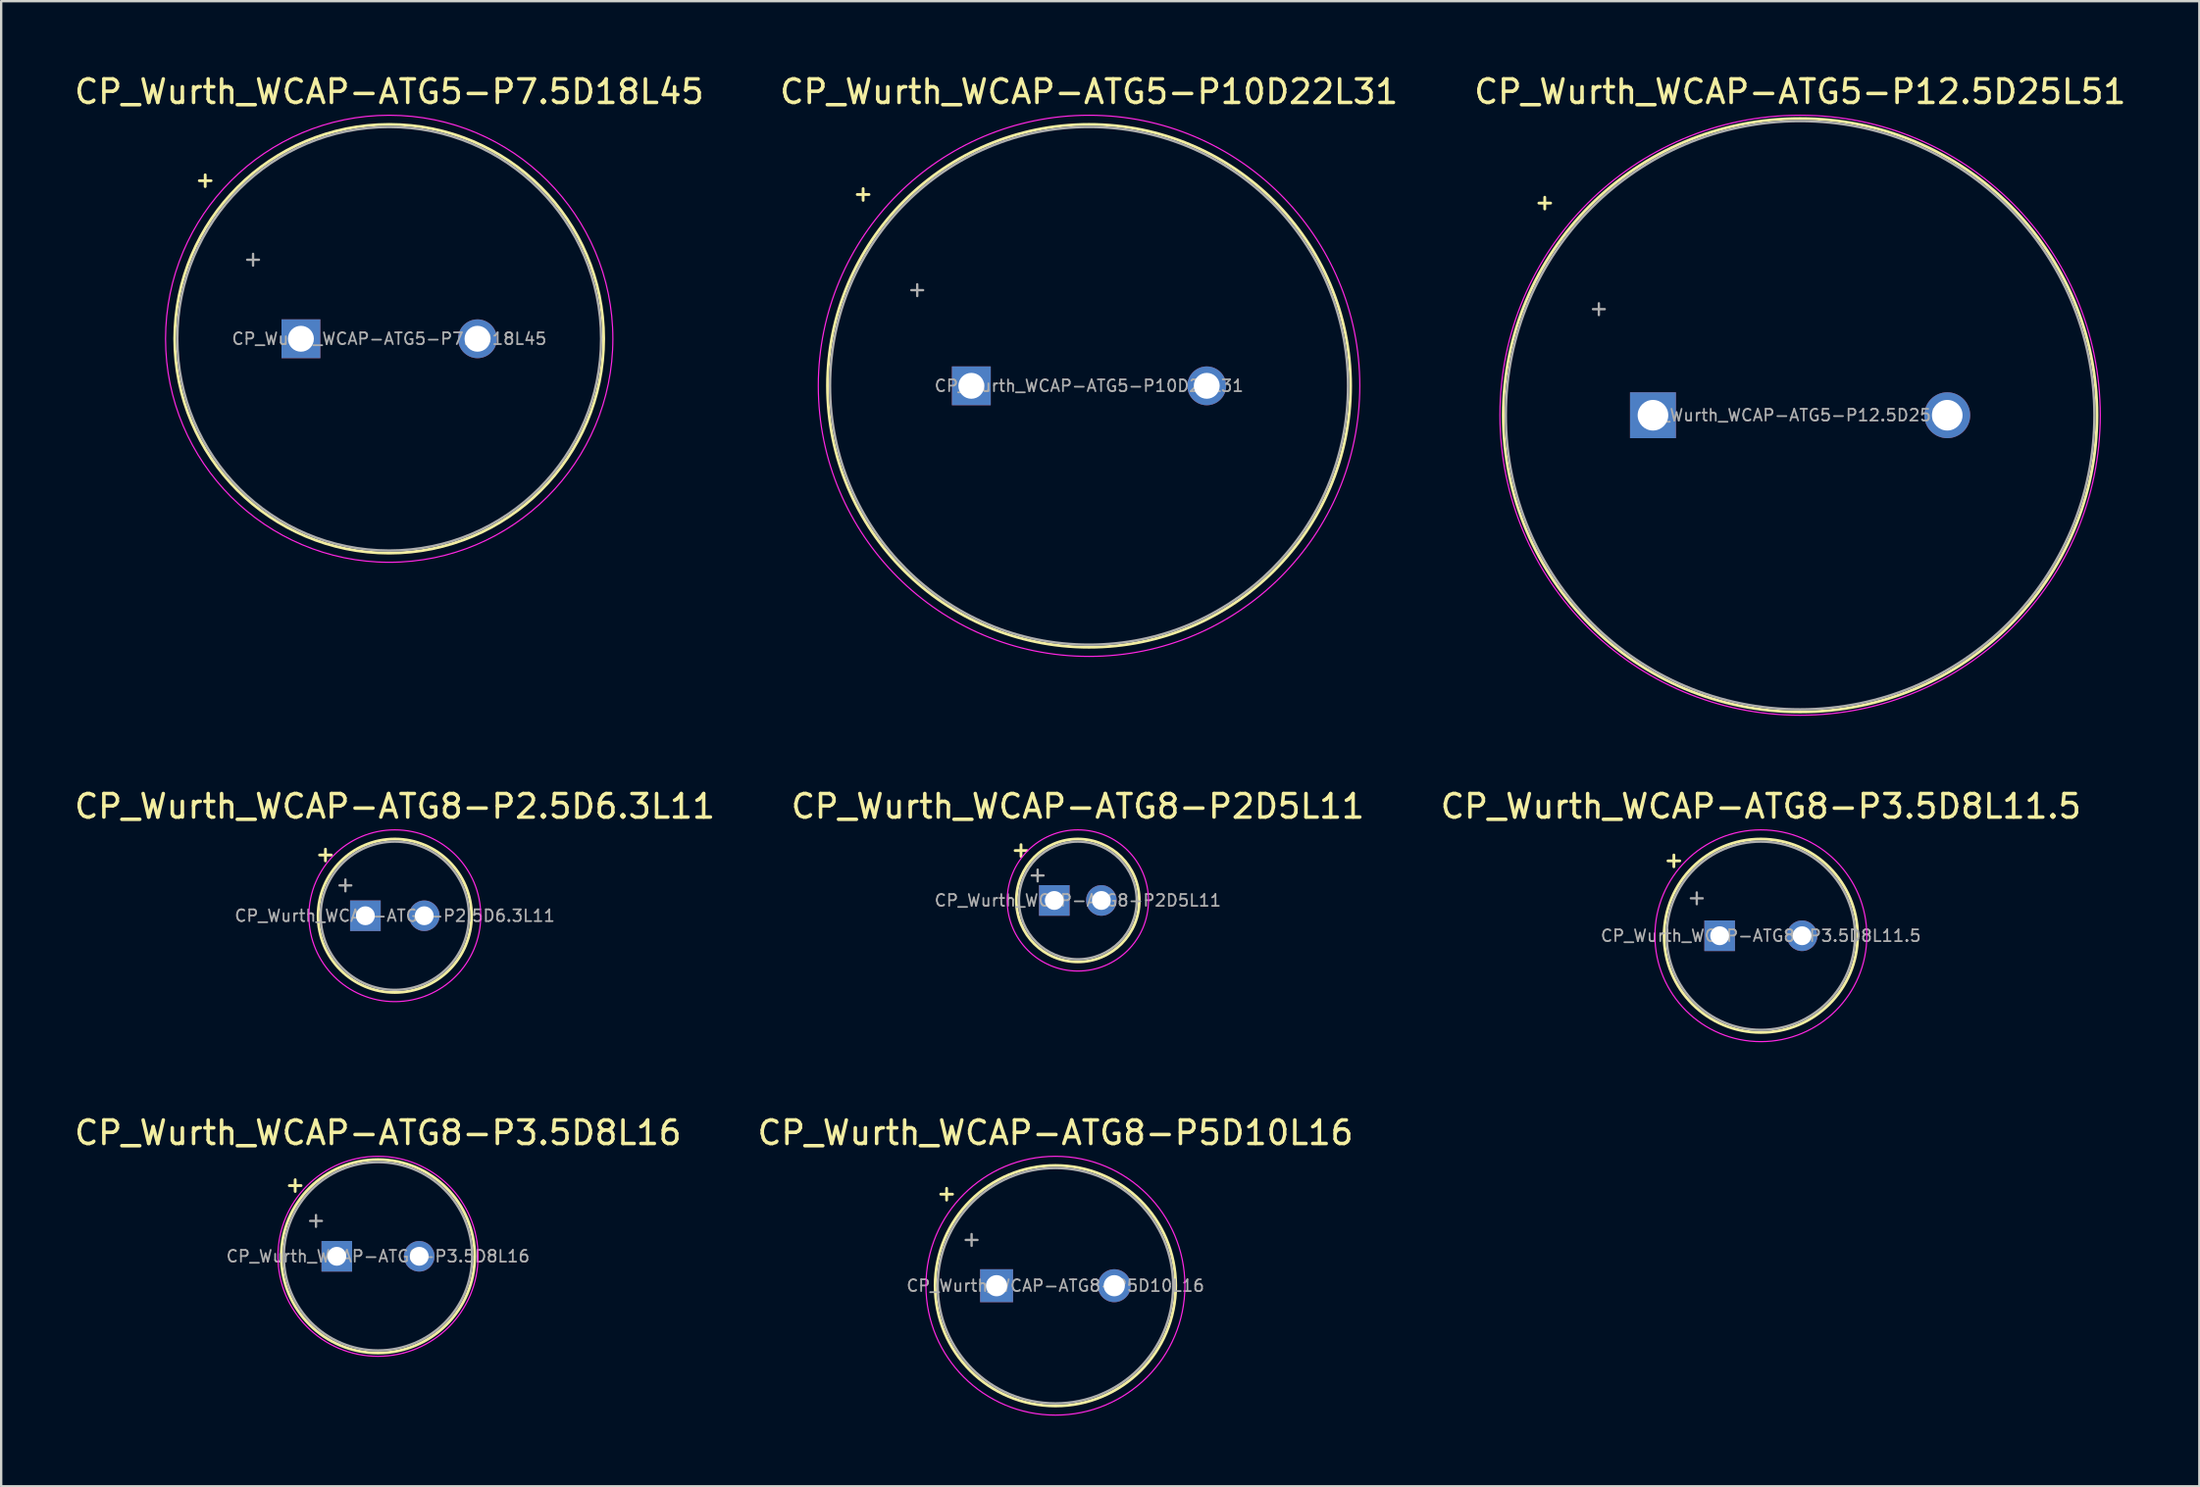
<source format=kicad_pcb>
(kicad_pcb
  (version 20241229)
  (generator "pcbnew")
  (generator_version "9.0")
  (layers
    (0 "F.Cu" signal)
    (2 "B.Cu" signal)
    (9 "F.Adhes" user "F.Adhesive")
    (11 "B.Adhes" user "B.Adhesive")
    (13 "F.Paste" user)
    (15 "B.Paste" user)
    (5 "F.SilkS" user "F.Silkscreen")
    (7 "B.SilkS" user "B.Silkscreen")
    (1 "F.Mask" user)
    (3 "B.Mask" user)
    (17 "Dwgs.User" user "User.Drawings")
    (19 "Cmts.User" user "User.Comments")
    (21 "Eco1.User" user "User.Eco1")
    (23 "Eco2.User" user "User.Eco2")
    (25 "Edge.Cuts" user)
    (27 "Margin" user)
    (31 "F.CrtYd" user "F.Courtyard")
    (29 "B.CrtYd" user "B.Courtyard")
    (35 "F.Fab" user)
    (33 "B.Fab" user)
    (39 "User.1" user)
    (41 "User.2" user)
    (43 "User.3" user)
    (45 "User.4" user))
  (footprint "CP_Wurth_WCAP-ATG8-P2.5D6.3L11"
    (layer "F.Cu")
    (at 12.47 35.871)
    (property "Reference" "CP_Wurth_WCAP-ATG8-P2.5D6.3L11" (at 1.25 -4.65 0) (unlocked yes) (layer "F.SilkS") (effects (font (size 1 1) (thickness 0.15))))
    (attr through_hole)
    (fp_line (start -1.947 -2.581) (end -1.447 -2.581) (stroke (width 0.12) (type solid)) (layer "F.SilkS"))
    (fp_line (start -1.697 -2.331) (end -1.697 -2.831) (stroke (width 0.12) (type solid)) (layer "F.SilkS"))
    (fp_circle (center 1.25 0) (end 4.51 0) (stroke (width 0.12) (type solid)) (fill no) (layer "F.SilkS"))
    (fp_circle (center 1.25 0) (end 4.9 0) (stroke (width 0.05) (type solid)) (fill no) (layer "F.CrtYd"))
    (fp_line (start -1.099 -1.29) (end -0.599 -1.29) (stroke (width 0.1) (type default)) (layer "F.Fab"))
    (fp_line (start -0.849 -1.04) (end -0.849 -1.54) (stroke (width 0.1) (type default)) (layer "F.Fab"))
    (fp_circle (center 1.25 0) (end 4.4 0) (stroke (width 0.1) (type solid)) (fill no) (layer "F.Fab"))
    (fp_text user "${REFERENCE}" (at 1.25 0 0) (unlocked yes) (layer "F.Fab") (effects (font (size 0.5 0.5) (thickness 0.075))))
    (pad "1" thru_hole rect (at 0 0) (size 1.3 1.3) (drill 0.8) (layers "*.Cu" "*.Mask"))
    (pad "2" thru_hole circle (at 2.5 0) (size 1.3 1.3) (drill 0.8) (layers "*.Cu" "*.Mask")))
  (footprint "CP_Wurth_WCAP-ATG8-P3.5D8L16"
    (layer "F.Cu")
    (at 11.256 50.345)
    (property "Reference" "CP_Wurth_WCAP-ATG8-P3.5D8L16" (at 1.75 -5.25 0) (unlocked yes) (layer "F.SilkS") (effects (font (size 1 1) (thickness 0.15))))
    (attr through_hole)
    (fp_line (start -2.018 -3.005) (end -1.518 -3.005) (stroke (width 0.12) (type solid)) (layer "F.SilkS"))
    (fp_line (start -1.768 -2.755) (end -1.768 -3.255) (stroke (width 0.12) (type solid)) (layer "F.SilkS"))
    (fp_circle (center 1.75 0) (end 5.86 0) (stroke (width 0.12) (type solid)) (fill no) (layer "F.SilkS"))
    (fp_circle (center 1.75 0) (end 6 0) (stroke (width 0.05) (type solid)) (fill no) (layer "F.CrtYd"))
    (fp_line (start -1.134 -1.503) (end -0.634 -1.503) (stroke (width 0.1) (type default)) (layer "F.Fab"))
    (fp_line (start -0.884 -1.253) (end -0.884 -1.753) (stroke (width 0.1) (type default)) (layer "F.Fab"))
    (fp_circle (center 1.75 0) (end 5.75 0) (stroke (width 0.1) (type solid)) (fill no) (layer "F.Fab"))
    (fp_text user "${REFERENCE}" (at 1.75 0 0) (unlocked yes) (layer "F.Fab") (effects (font (size 0.5 0.5) (thickness 0.075))))
    (pad "1" thru_hole rect (at 0 0) (size 1.3 1.3) (drill 0.8) (layers "*.Cu" "*.Mask"))
    (pad "2" thru_hole circle (at 3.5 0) (size 1.3 1.3) (drill 0.8) (layers "*.Cu" "*.Mask")))
  (footprint "CP_Wurth_WCAP-ATG8-P2D5L11"
    (layer "F.Cu")
    (at 41.732 35.221)
    (property "Reference" "CP_Wurth_WCAP-ATG8-P2D5L11" (at 1 -4 0) (unlocked yes) (layer "F.SilkS") (effects (font (size 1 1) (thickness 0.15))))
    (attr through_hole)
    (fp_line (start -1.664 -2.121) (end -1.164 -2.121) (stroke (width 0.12) (type solid)) (layer "F.SilkS"))
    (fp_line (start -1.414 -1.871) (end -1.414 -2.371) (stroke (width 0.12) (type solid)) (layer "F.SilkS"))
    (fp_circle (center 1 0) (end 3.61 0) (stroke (width 0.12) (type solid)) (fill no) (layer "F.SilkS"))
    (fp_circle (center 1 0) (end 4 0) (stroke (width 0.05) (type solid)) (fill no) (layer "F.CrtYd"))
    (fp_line (start -0.957 -1.061) (end -0.457 -1.061) (stroke (width 0.1) (type default)) (layer "F.Fab"))
    (fp_line (start -0.707 -0.811) (end -0.707 -1.311) (stroke (width 0.1) (type default)) (layer "F.Fab"))
    (fp_circle (center 1 0) (end 3.5 0) (stroke (width 0.1) (type solid)) (fill no) (layer "F.Fab"))
    (fp_text user "${REFERENCE}" (at 1 0 0) (unlocked yes) (layer "F.Fab") (effects (font (size 0.5 0.5) (thickness 0.075))))
    (pad "1" thru_hole rect (at 0 0) (size 1.3 1.3) (drill 0.8) (layers "*.Cu" "*.Mask"))
    (pad "2" thru_hole circle (at 2 0) (size 1.3 1.3) (drill 0.8) (layers "*.Cu" "*.Mask")))
  (footprint "CP_Wurth_WCAP-ATG5-P10D22L31"
    (layer "F.Cu")
    (at 38.208 13.348)
    (property "Reference" "CP_Wurth_WCAP-ATG5-P10D22L31" (at 5 -12.5 0) (unlocked yes) (layer "F.SilkS") (effects (font (size 1 1) (thickness 0.15))))
    (attr through_hole)
    (fp_line (start -4.846 -8.132) (end -4.346 -8.132) (stroke (width 0.12) (type solid)) (layer "F.SilkS"))
    (fp_line (start -4.596 -7.882) (end -4.596 -8.382) (stroke (width 0.12) (type solid)) (layer "F.SilkS"))
    (fp_circle (center 5 0) (end 16.11 0) (stroke (width 0.12) (type solid)) (fill no) (layer "F.SilkS"))
    (fp_circle (center 5 0) (end 16.5 0) (stroke (width 0.05) (type solid)) (fill no) (layer "F.CrtYd"))
    (fp_line (start -2.548 -4.066) (end -2.048 -4.066) (stroke (width 0.1) (type default)) (layer "F.Fab"))
    (fp_line (start -2.298 -3.816) (end -2.298 -4.316) (stroke (width 0.1) (type default)) (layer "F.Fab"))
    (fp_circle (center 5 0) (end 16 0) (stroke (width 0.1) (type solid)) (fill no) (layer "F.Fab"))
    (fp_text user "${REFERENCE}" (at 5 0 0) (unlocked yes) (layer "F.Fab") (effects (font (size 0.5 0.5) (thickness 0.075))))
    (pad "1" thru_hole rect (at 0 0) (size 1.65 1.65) (drill 1.1) (layers "*.Cu" "*.Mask"))
    (pad "2" thru_hole circle (at 10 0) (size 1.65 1.65) (drill 1.1) (layers "*.Cu" "*.Mask")))
  (footprint "CP_Wurth_WCAP-ATG8-P5D10L16"
    (layer "F.Cu")
    (at 39.28 51.595)
    (property "Reference" "CP_Wurth_WCAP-ATG8-P5D10L16" (at 2.5 -6.5 0) (unlocked yes) (layer "F.SilkS") (effects (font (size 1 1) (thickness 0.15))))
    (attr through_hole)
    (fp_line (start -2.371 -3.889) (end -1.871 -3.889) (stroke (width 0.12) (type solid)) (layer "F.SilkS"))
    (fp_line (start -2.121 -3.639) (end -2.121 -4.139) (stroke (width 0.12) (type solid)) (layer "F.SilkS"))
    (fp_circle (center 2.5 0) (end 7.61 0) (stroke (width 0.12) (type solid)) (fill no) (layer "F.SilkS"))
    (fp_circle (center 2.5 0) (end 8 0) (stroke (width 0.05) (type solid)) (fill no) (layer "F.CrtYd"))
    (fp_line (start -1.311 -1.945) (end -0.811 -1.945) (stroke (width 0.1) (type default)) (layer "F.Fab"))
    (fp_line (start -1.061 -1.695) (end -1.061 -2.195) (stroke (width 0.1) (type default)) (layer "F.Fab"))
    (fp_circle (center 2.5 0) (end 7.5 0) (stroke (width 0.1) (type solid)) (fill no) (layer "F.Fab"))
    (fp_text user "${REFERENCE}" (at 2.5 0 0) (unlocked yes) (layer "F.Fab") (effects (font (size 0.5 0.5) (thickness 0.075))))
    (pad "1" thru_hole rect (at 0 0) (size 1.4 1.4) (drill 0.9) (layers "*.Cu" "*.Mask"))
    (pad "2" thru_hole circle (at 5 0) (size 1.4 1.4) (drill 0.9) (layers "*.Cu" "*.Mask")))
  (footprint "CP_Wurth_WCAP-ATG8-P3.5D8L11.5"
    (layer "F.Cu")
    (at 69.994 36.721)
    (property "Reference" "CP_Wurth_WCAP-ATG8-P3.5D8L11.5" (at 1.75 -5.5 0) (unlocked yes) (layer "F.SilkS") (effects (font (size 1 1) (thickness 0.15))))
    (attr through_hole)
    (fp_line (start -2.195 -3.182) (end -1.695 -3.182) (stroke (width 0.12) (type solid)) (layer "F.SilkS"))
    (fp_line (start -1.945 -2.932) (end -1.945 -3.432) (stroke (width 0.12) (type solid)) (layer "F.SilkS"))
    (fp_circle (center 1.75 0) (end 5.86 0) (stroke (width 0.12) (type solid)) (fill no) (layer "F.SilkS"))
    (fp_circle (center 1.75 0) (end 6.25 0) (stroke (width 0.05) (type solid)) (fill no) (layer "F.CrtYd"))
    (fp_line (start -1.222 -1.591) (end -0.722 -1.591) (stroke (width 0.1) (type default)) (layer "F.Fab"))
    (fp_line (start -0.972 -1.341) (end -0.972 -1.841) (stroke (width 0.1) (type default)) (layer "F.Fab"))
    (fp_circle (center 1.75 0) (end 5.75 0) (stroke (width 0.1) (type solid)) (fill no) (layer "F.Fab"))
    (fp_text user "${REFERENCE}" (at 1.75 0 0) (unlocked yes) (layer "F.Fab") (effects (font (size 0.5 0.5) (thickness 0.075))))
    (pad "1" thru_hole rect (at 0 0) (size 1.3 1.3) (drill 0.8) (layers "*.Cu" "*.Mask"))
    (pad "2" thru_hole circle (at 3.5 0) (size 1.3 1.3) (drill 0.8) (layers "*.Cu" "*.Mask")))
  (footprint "CP_Wurth_WCAP-ATG5-P7.5D18L45"
    (layer "F.Cu")
    (at 9.732 11.348)
    (property "Reference" "CP_Wurth_WCAP-ATG5-P7.5D18L45" (at 3.75 -10.5 0) (unlocked yes) (layer "F.SilkS") (effects (font (size 1 1) (thickness 0.15))))
    (attr through_hole)
    (fp_line (start -4.316 -6.718) (end -3.816 -6.718) (stroke (width 0.12) (type solid)) (layer "F.SilkS"))
    (fp_line (start -4.066 -6.468) (end -4.066 -6.968) (stroke (width 0.12) (type solid)) (layer "F.SilkS"))
    (fp_circle (center 3.75 0) (end 12.86 0) (stroke (width 0.12) (type solid)) (fill no) (layer "F.SilkS"))
    (fp_circle (center 3.75 0) (end 13.25 0) (stroke (width 0.05) (type solid)) (fill no) (layer "F.CrtYd"))
    (fp_line (start -2.283 -3.359) (end -1.783 -3.359) (stroke (width 0.1) (type default)) (layer "F.Fab"))
    (fp_line (start -2.033 -3.109) (end -2.033 -3.609) (stroke (width 0.1) (type default)) (layer "F.Fab"))
    (fp_circle (center 3.75 0) (end 12.75 0) (stroke (width 0.1) (type solid)) (fill no) (layer "F.Fab"))
    (fp_text user "${REFERENCE}" (at 3.75 0 0) (unlocked yes) (layer "F.Fab") (effects (font (size 0.5 0.5) (thickness 0.075))))
    (pad "1" thru_hole rect (at 0 0) (size 1.65 1.65) (drill 1.1) (layers "*.Cu" "*.Mask"))
    (pad "2" thru_hole circle (at 7.5 0) (size 1.65 1.65) (drill 1.1) (layers "*.Cu" "*.Mask")))
  (footprint "CP_Wurth_WCAP-ATG5-P12.5D25L51"
    (layer "F.Cu")
    (at 67.161 14.598)
    (property "Reference" "CP_Wurth_WCAP-ATG5-P12.5D25L51" (at 6.25 -13.75 0) (unlocked yes) (layer "F.SilkS") (effects (font (size 1 1) (thickness 0.15))))
    (attr through_hole)
    (fp_line (start -4.846 -9.016) (end -4.346 -9.016) (stroke (width 0.12) (type solid)) (layer "F.SilkS"))
    (fp_line (start -4.596 -8.766) (end -4.596 -9.266) (stroke (width 0.12) (type solid)) (layer "F.SilkS"))
    (fp_circle (center 6.25 0) (end 18.86 0) (stroke (width 0.12) (type solid)) (fill no) (layer "F.SilkS"))
    (fp_circle (center 6.25 0) (end 19 0) (stroke (width 0.05) (type solid)) (fill no) (layer "F.CrtYd"))
    (fp_line (start -2.548 -4.508) (end -2.048 -4.508) (stroke (width 0.1) (type default)) (layer "F.Fab"))
    (fp_line (start -2.298 -4.258) (end -2.298 -4.758) (stroke (width 0.1) (type default)) (layer "F.Fab"))
    (fp_circle (center 6.25 0) (end 18.75 0) (stroke (width 0.1) (type solid)) (fill no) (layer "F.Fab"))
    (fp_text user "${REFERENCE}" (at 6.25 0 0) (unlocked yes) (layer "F.Fab") (effects (font (size 0.5 0.5) (thickness 0.075))))
    (pad "1" thru_hole rect (at 0 0) (size 1.95 1.95) (drill 1.3) (layers "*.Cu" "*.Mask"))
    (pad "2" thru_hole circle (at 12.5 0) (size 1.95 1.95) (drill 1.3) (layers "*.Cu" "*.Mask")))
  (gr_rect
    (start -3 -3)
    (end 90.369 60.12)
    (stroke (width 0.1) (type default))
    (fill no)
    (layer "Edge.Cuts")))
</source>
